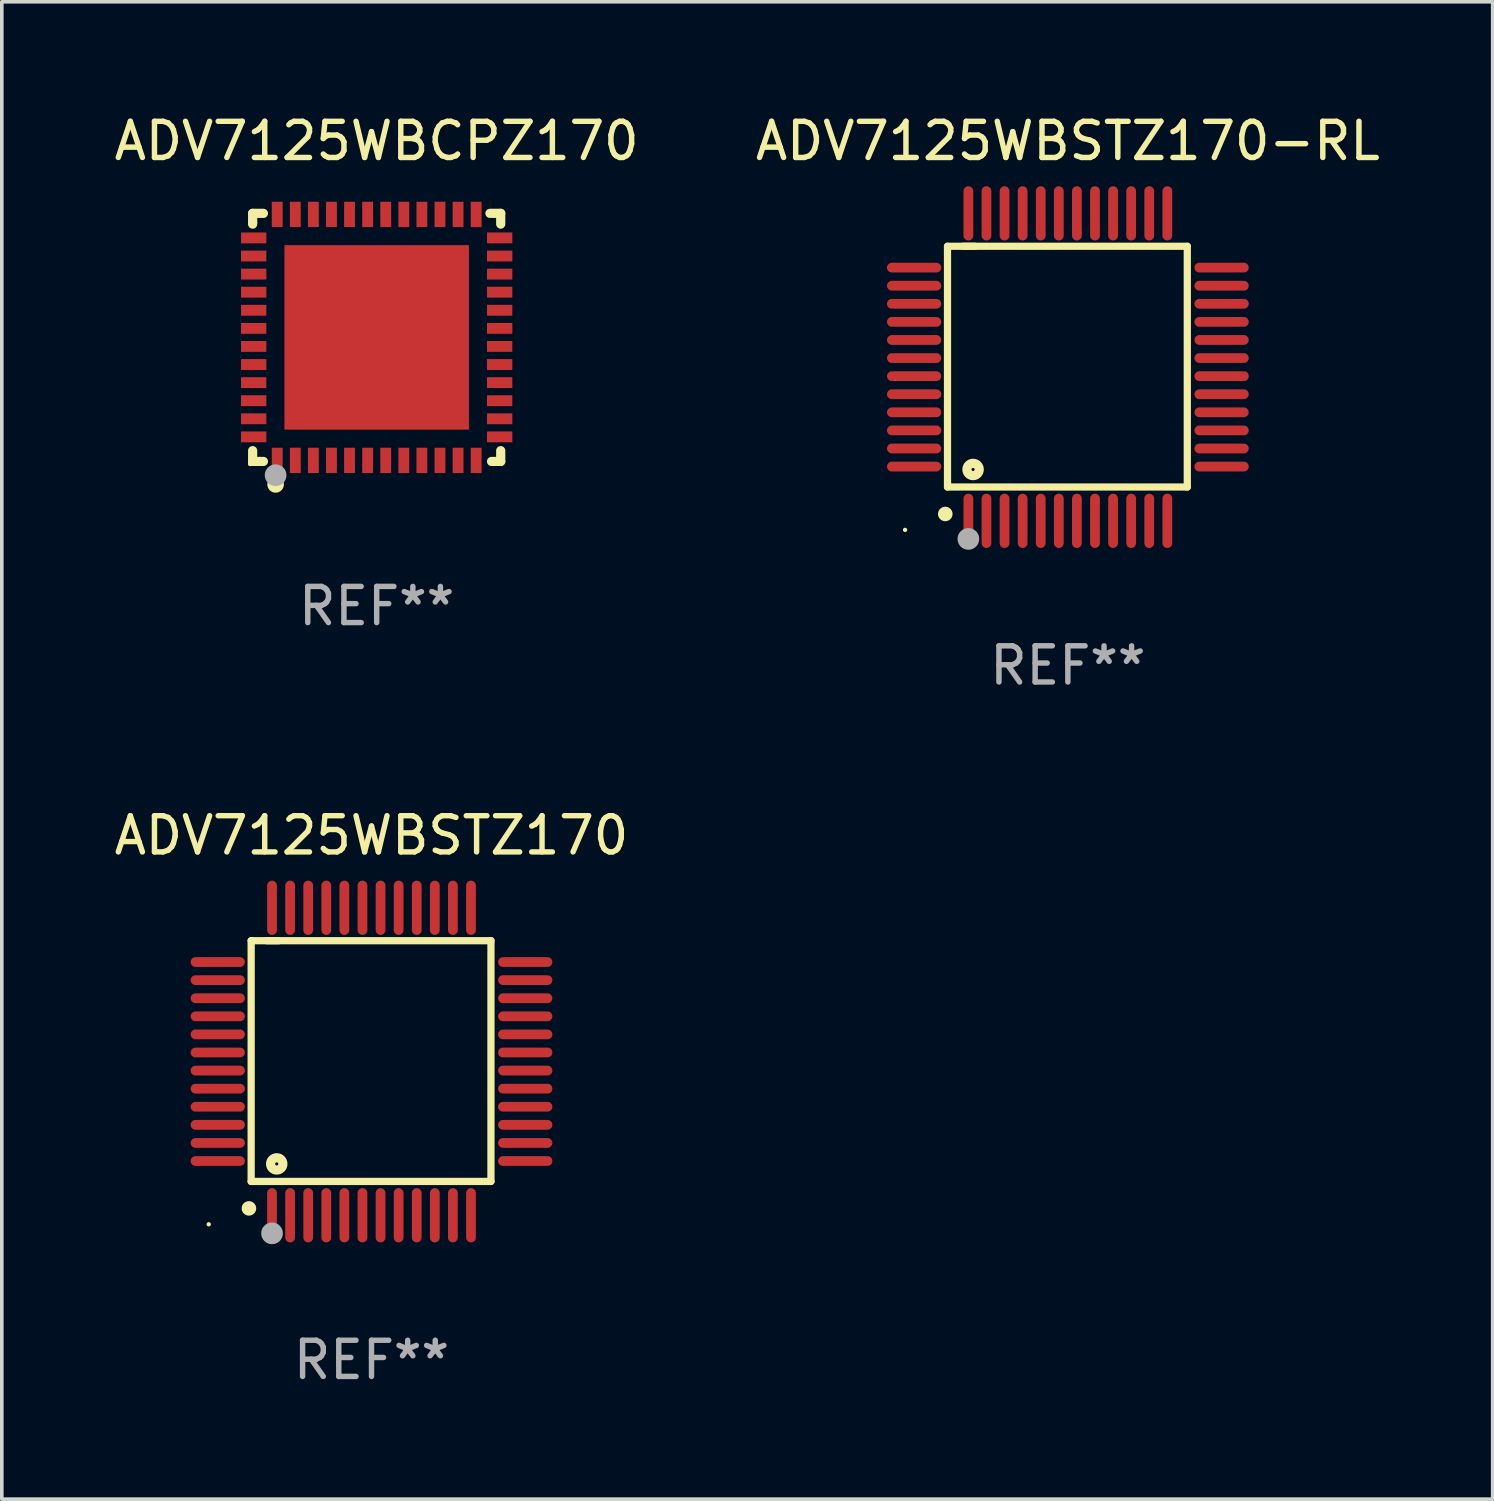
<source format=kicad_pcb>
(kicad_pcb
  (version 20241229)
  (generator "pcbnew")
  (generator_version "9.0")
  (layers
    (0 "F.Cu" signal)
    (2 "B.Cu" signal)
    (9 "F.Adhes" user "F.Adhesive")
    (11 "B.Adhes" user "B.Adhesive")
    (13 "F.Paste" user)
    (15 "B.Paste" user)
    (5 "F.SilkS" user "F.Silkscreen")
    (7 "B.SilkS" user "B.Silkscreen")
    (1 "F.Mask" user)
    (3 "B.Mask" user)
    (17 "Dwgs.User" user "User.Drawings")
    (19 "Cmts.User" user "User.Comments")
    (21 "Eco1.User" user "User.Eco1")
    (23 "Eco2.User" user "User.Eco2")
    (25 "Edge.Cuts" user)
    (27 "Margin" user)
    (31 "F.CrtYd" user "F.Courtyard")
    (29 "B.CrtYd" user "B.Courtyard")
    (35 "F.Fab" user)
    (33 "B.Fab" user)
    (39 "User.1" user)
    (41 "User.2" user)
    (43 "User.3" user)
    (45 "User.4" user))
  (footprint "ADV7125WBCPZ170"
    (layer "F.Cu")
    (at 7.363 6.277)
    (property "Reference" "ADV7125WBCPZ170" (at 0 -5.429 0) (layer "F.SilkS") (effects (font (size 1 1) (thickness 0.15))))
    (attr through_hole)
    (fp_line (start -3.429 -3.429) (end -3.429 -3.175) (stroke (width 0.254) (type solid)) (layer "F.SilkS"))
    (fp_line (start -3.429 -3.175) (end -3.429 -3.131) (stroke (width 0.254) (type solid)) (layer "F.SilkS"))
    (fp_line (start -3.429 3.131) (end -3.429 3.429) (stroke (width 0.254) (type solid)) (layer "F.SilkS"))
    (fp_line (start -3.429 3.429) (end -3.131 3.429) (stroke (width 0.254) (type solid)) (layer "F.SilkS"))
    (fp_line (start -3.131 -3.429) (end -3.429 -3.429) (stroke (width 0.254) (type solid)) (layer "F.SilkS"))
    (fp_line (start 3.131 -3.429) (end 3.429 -3.429) (stroke (width 0.254) (type solid)) (layer "F.SilkS"))
    (fp_line (start 3.429 -3.429) (end 3.429 -3.131) (stroke (width 0.254) (type solid)) (layer "F.SilkS"))
    (fp_line (start 3.429 3.131) (end 3.429 3.429) (stroke (width 0.254) (type solid)) (layer "F.SilkS"))
    (fp_line (start 3.429 3.429) (end 3.175 3.429) (stroke (width 0.254) (type solid)) (layer "F.SilkS"))
    (fp_circle (center -3.5 3.5) (end -3.47 3.5) (stroke (width 0.06) (type solid)) (fill no) (layer "F.SilkS"))
    (fp_circle (center -2.794 4.064) (end -2.667 4.064) (stroke (width 0.204) (type solid)) (fill no) (layer "F.SilkS"))
    (fp_circle (center -2.794 3.81) (end -2.644 3.81) (stroke (width 0.3) (type solid)) (fill no) (layer "F.Fab"))
    (fp_text user "REF**" (at 0 7.429 0) (layer "F.Fab") (effects (font (size 1 1) (thickness 0.15))))
    (pad "1" smd rect (at -2.75 3.4) (size 0.3 0.7) (layers "F.Cu" "F.Mask" "F.Paste"))
    (pad "2" smd rect (at -2.25 3.4) (size 0.3 0.7) (layers "F.Cu" "F.Mask" "F.Paste"))
    (pad "3" smd rect (at -1.75 3.4) (size 0.3 0.7) (layers "F.Cu" "F.Mask" "F.Paste"))
    (pad "4" smd rect (at -1.25 3.4) (size 0.3 0.7) (layers "F.Cu" "F.Mask" "F.Paste"))
    (pad "5" smd rect (at -0.75 3.4) (size 0.3 0.7) (layers "F.Cu" "F.Mask" "F.Paste"))
    (pad "6" smd rect (at -0.25 3.4) (size 0.3 0.7) (layers "F.Cu" "F.Mask" "F.Paste"))
    (pad "7" smd rect (at 0.25 3.4) (size 0.3 0.7) (layers "F.Cu" "F.Mask" "F.Paste"))
    (pad "8" smd rect (at 0.75 3.4) (size 0.3 0.7) (layers "F.Cu" "F.Mask" "F.Paste"))
    (pad "9" smd rect (at 1.25 3.4) (size 0.3 0.7) (layers "F.Cu" "F.Mask" "F.Paste"))
    (pad "10" smd rect (at 1.75 3.4) (size 0.3 0.7) (layers "F.Cu" "F.Mask" "F.Paste"))
    (pad "11" smd rect (at 2.25 3.4) (size 0.3 0.7) (layers "F.Cu" "F.Mask" "F.Paste"))
    (pad "12" smd rect (at 2.75 3.4) (size 0.3 0.7) (layers "F.Cu" "F.Mask" "F.Paste"))
    (pad "13" smd rect (at 3.4 2.75) (size 0.7 0.3) (layers "F.Cu" "F.Mask" "F.Paste"))
    (pad "14" smd rect (at 3.4 2.25) (size 0.7 0.3) (layers "F.Cu" "F.Mask" "F.Paste"))
    (pad "15" smd rect (at 3.4 1.75) (size 0.7 0.3) (layers "F.Cu" "F.Mask" "F.Paste"))
    (pad "16" smd rect (at 3.4 1.25) (size 0.7 0.3) (layers "F.Cu" "F.Mask" "F.Paste"))
    (pad "17" smd rect (at 3.4 0.75) (size 0.7 0.3) (layers "F.Cu" "F.Mask" "F.Paste"))
    (pad "18" smd rect (at 3.4 0.25) (size 0.7 0.3) (layers "F.Cu" "F.Mask" "F.Paste"))
    (pad "19" smd rect (at 3.4 -0.25) (size 0.7 0.3) (layers "F.Cu" "F.Mask" "F.Paste"))
    (pad "20" smd rect (at 3.4 -0.75) (size 0.7 0.3) (layers "F.Cu" "F.Mask" "F.Paste"))
    (pad "21" smd rect (at 3.4 -1.25) (size 0.7 0.3) (layers "F.Cu" "F.Mask" "F.Paste"))
    (pad "22" smd rect (at 3.4 -1.75) (size 0.7 0.3) (layers "F.Cu" "F.Mask" "F.Paste"))
    (pad "23" smd rect (at 3.4 -2.25) (size 0.7 0.3) (layers "F.Cu" "F.Mask" "F.Paste"))
    (pad "24" smd rect (at 3.4 -2.75) (size 0.7 0.3) (layers "F.Cu" "F.Mask" "F.Paste"))
    (pad "25" smd rect (at 2.75 -3.4) (size 0.3 0.7) (layers "F.Cu" "F.Mask" "F.Paste"))
    (pad "26" smd rect (at 2.25 -3.4) (size 0.3 0.7) (layers "F.Cu" "F.Mask" "F.Paste"))
    (pad "27" smd rect (at 1.75 -3.4) (size 0.3 0.7) (layers "F.Cu" "F.Mask" "F.Paste"))
    (pad "28" smd rect (at 1.25 -3.4) (size 0.3 0.7) (layers "F.Cu" "F.Mask" "F.Paste"))
    (pad "29" smd rect (at 0.75 -3.4) (size 0.3 0.7) (layers "F.Cu" "F.Mask" "F.Paste"))
    (pad "30" smd rect (at 0.25 -3.4) (size 0.3 0.7) (layers "F.Cu" "F.Mask" "F.Paste"))
    (pad "31" smd rect (at -0.25 -3.4) (size 0.3 0.7) (layers "F.Cu" "F.Mask" "F.Paste"))
    (pad "32" smd rect (at -0.75 -3.4) (size 0.3 0.7) (layers "F.Cu" "F.Mask" "F.Paste"))
    (pad "33" smd rect (at -1.25 -3.4) (size 0.3 0.7) (layers "F.Cu" "F.Mask" "F.Paste"))
    (pad "34" smd rect (at -1.75 -3.4) (size 0.3 0.7) (layers "F.Cu" "F.Mask" "F.Paste"))
    (pad "35" smd rect (at -2.25 -3.4) (size 0.3 0.7) (layers "F.Cu" "F.Mask" "F.Paste"))
    (pad "36" smd rect (at -2.75 -3.4) (size 0.3 0.7) (layers "F.Cu" "F.Mask" "F.Paste"))
    (pad "37" smd rect (at -3.4 -2.75) (size 0.7 0.3) (layers "F.Cu" "F.Mask" "F.Paste"))
    (pad "38" smd rect (at -3.4 -2.25) (size 0.7 0.3) (layers "F.Cu" "F.Mask" "F.Paste"))
    (pad "39" smd rect (at -3.4 -1.75) (size 0.7 0.3) (layers "F.Cu" "F.Mask" "F.Paste"))
    (pad "40" smd rect (at -3.4 -1.25) (size 0.7 0.3) (layers "F.Cu" "F.Mask" "F.Paste"))
    (pad "41" smd rect (at -3.4 -0.75) (size 0.7 0.3) (layers "F.Cu" "F.Mask" "F.Paste"))
    (pad "42" smd rect (at -3.4 -0.25) (size 0.7 0.3) (layers "F.Cu" "F.Mask" "F.Paste"))
    (pad "43" smd rect (at -3.4 0.25) (size 0.7 0.3) (layers "F.Cu" "F.Mask" "F.Paste"))
    (pad "44" smd rect (at -3.4 0.75) (size 0.7 0.3) (layers "F.Cu" "F.Mask" "F.Paste"))
    (pad "45" smd rect (at -3.4 1.25) (size 0.7 0.3) (layers "F.Cu" "F.Mask" "F.Paste"))
    (pad "46" smd rect (at -3.4 1.75) (size 0.7 0.3) (layers "F.Cu" "F.Mask" "F.Paste"))
    (pad "47" smd rect (at -3.4 2.25) (size 0.7 0.3) (layers "F.Cu" "F.Mask" "F.Paste"))
    (pad "48" smd rect (at -3.4 2.75) (size 0.7 0.3) (layers "F.Cu" "F.Mask" "F.Paste"))
    (pad "49" smd rect (at 0 0) (size 5.1 5.1) (layers "F.Cu" "F.Mask" "F.Paste")))
  (footprint "ADV7125WBSTZ170"
    (layer "F.Cu")
    (at 7.22 26.295)
    (property "Reference" "ADV7125WBSTZ170" (at 0 -6.25 0) (layer "F.SilkS") (effects (font (size 1 1) (thickness 0.15))))
    (attr through_hole)
    (fp_line (start -3.327 -3.34) (end -2.565 -3.34) (stroke (width 0.2) (type solid)) (layer "F.SilkS"))
    (fp_line (start -3.327 3.315) (end -3.327 -3.34) (stroke (width 0.2) (type solid)) (layer "F.SilkS"))
    (fp_line (start -2.896 -3.34) (end 3.302 -3.34) (stroke (width 0.2) (type solid)) (layer "F.SilkS"))
    (fp_line (start 3.302 -3.34) (end 3.302 3.315) (stroke (width 0.2) (type solid)) (layer "F.SilkS"))
    (fp_line (start 3.302 3.315) (end -3.327 3.315) (stroke (width 0.2) (type solid)) (layer "F.SilkS"))
    (fp_arc (start -3.389992 4.059995) (mid -3.388722 4.059991) (end -3.387452 4.059995) (stroke (width 0.4) (type solid)) (layer "F.SilkS"))
    (fp_circle (center -4.5 4.5) (end -4.47 4.5) (stroke (width 0.06) (type solid)) (fill no) (layer "F.SilkS"))
    (fp_circle (center -2.62 2.83) (end -2.45 2.83) (stroke (width 0.254) (type solid)) (fill no) (layer "F.SilkS"))
    (fp_circle (center -2.75 4.75) (end -2.6 4.75) (stroke (width 0.3) (type solid)) (fill no) (layer "F.Fab"))
    (fp_text user "REF**" (at 0 8.25 0) (layer "F.Fab") (effects (font (size 1 1) (thickness 0.15))))
    (pad "1" smd oval (at -2.75 4.25) (size 0.27 1.5) (layers "F.Cu" "F.Mask" "F.Paste"))
    (pad "2" smd oval (at -2.25 4.25) (size 0.27 1.5) (layers "F.Cu" "F.Mask" "F.Paste"))
    (pad "3" smd oval (at -1.75 4.25) (size 0.27 1.5) (layers "F.Cu" "F.Mask" "F.Paste"))
    (pad "4" smd oval (at -1.25 4.25) (size 0.27 1.5) (layers "F.Cu" "F.Mask" "F.Paste"))
    (pad "5" smd oval (at -0.75 4.25) (size 0.27 1.5) (layers "F.Cu" "F.Mask" "F.Paste"))
    (pad "6" smd oval (at -0.25 4.25) (size 0.27 1.5) (layers "F.Cu" "F.Mask" "F.Paste"))
    (pad "7" smd oval (at 0.25 4.25) (size 0.27 1.5) (layers "F.Cu" "F.Mask" "F.Paste"))
    (pad "8" smd oval (at 0.75 4.25) (size 0.27 1.5) (layers "F.Cu" "F.Mask" "F.Paste"))
    (pad "9" smd oval (at 1.25 4.25) (size 0.27 1.5) (layers "F.Cu" "F.Mask" "F.Paste"))
    (pad "10" smd oval (at 1.75 4.25) (size 0.27 1.5) (layers "F.Cu" "F.Mask" "F.Paste"))
    (pad "11" smd oval (at 2.25 4.25) (size 0.27 1.5) (layers "F.Cu" "F.Mask" "F.Paste"))
    (pad "12" smd oval (at 2.75 4.25) (size 0.27 1.5) (layers "F.Cu" "F.Mask" "F.Paste"))
    (pad "13" smd oval (at 4.25 2.75) (size 1.5 0.27) (layers "F.Cu" "F.Mask" "F.Paste"))
    (pad "14" smd oval (at 4.25 2.25) (size 1.5 0.27) (layers "F.Cu" "F.Mask" "F.Paste"))
    (pad "15" smd oval (at 4.25 1.75) (size 1.5 0.27) (layers "F.Cu" "F.Mask" "F.Paste"))
    (pad "16" smd oval (at 4.25 1.25) (size 1.5 0.27) (layers "F.Cu" "F.Mask" "F.Paste"))
    (pad "17" smd oval (at 4.25 0.75) (size 1.5 0.27) (layers "F.Cu" "F.Mask" "F.Paste"))
    (pad "18" smd oval (at 4.25 0.25) (size 1.5 0.27) (layers "F.Cu" "F.Mask" "F.Paste"))
    (pad "19" smd oval (at 4.25 -0.25) (size 1.5 0.27) (layers "F.Cu" "F.Mask" "F.Paste"))
    (pad "20" smd oval (at 4.25 -0.75) (size 1.5 0.27) (layers "F.Cu" "F.Mask" "F.Paste"))
    (pad "21" smd oval (at 4.25 -1.25) (size 1.5 0.27) (layers "F.Cu" "F.Mask" "F.Paste"))
    (pad "22" smd oval (at 4.25 -1.75) (size 1.5 0.27) (layers "F.Cu" "F.Mask" "F.Paste"))
    (pad "23" smd oval (at 4.25 -2.25) (size 1.5 0.27) (layers "F.Cu" "F.Mask" "F.Paste"))
    (pad "24" smd oval (at 4.25 -2.75) (size 1.5 0.27) (layers "F.Cu" "F.Mask" "F.Paste"))
    (pad "25" smd oval (at 2.75 -4.25) (size 0.27 1.5) (layers "F.Cu" "F.Mask" "F.Paste"))
    (pad "26" smd oval (at 2.25 -4.25) (size 0.27 1.5) (layers "F.Cu" "F.Mask" "F.Paste"))
    (pad "27" smd oval (at 1.75 -4.25) (size 0.27 1.5) (layers "F.Cu" "F.Mask" "F.Paste"))
    (pad "28" smd oval (at 1.25 -4.25) (size 0.27 1.5) (layers "F.Cu" "F.Mask" "F.Paste"))
    (pad "29" smd oval (at 0.75 -4.25) (size 0.27 1.5) (layers "F.Cu" "F.Mask" "F.Paste"))
    (pad "30" smd oval (at 0.25 -4.25) (size 0.27 1.5) (layers "F.Cu" "F.Mask" "F.Paste"))
    (pad "31" smd oval (at -0.25 -4.25) (size 0.27 1.5) (layers "F.Cu" "F.Mask" "F.Paste"))
    (pad "32" smd oval (at -0.75 -4.25) (size 0.27 1.5) (layers "F.Cu" "F.Mask" "F.Paste"))
    (pad "33" smd oval (at -1.25 -4.25) (size 0.27 1.5) (layers "F.Cu" "F.Mask" "F.Paste"))
    (pad "34" smd oval (at -1.75 -4.25) (size 0.27 1.5) (layers "F.Cu" "F.Mask" "F.Paste"))
    (pad "35" smd oval (at -2.25 -4.25) (size 0.27 1.5) (layers "F.Cu" "F.Mask" "F.Paste"))
    (pad "36" smd oval (at -2.75 -4.25) (size 0.27 1.5) (layers "F.Cu" "F.Mask" "F.Paste"))
    (pad "37" smd oval (at -4.25 -2.75) (size 1.5 0.27) (layers "F.Cu" "F.Mask" "F.Paste"))
    (pad "38" smd oval (at -4.25 -2.25) (size 1.5 0.27) (layers "F.Cu" "F.Mask" "F.Paste"))
    (pad "39" smd oval (at -4.25 -1.75) (size 1.5 0.27) (layers "F.Cu" "F.Mask" "F.Paste"))
    (pad "40" smd oval (at -4.25 -1.25) (size 1.5 0.27) (layers "F.Cu" "F.Mask" "F.Paste"))
    (pad "41" smd oval (at -4.25 -0.75) (size 1.5 0.27) (layers "F.Cu" "F.Mask" "F.Paste"))
    (pad "42" smd oval (at -4.25 -0.25) (size 1.5 0.27) (layers "F.Cu" "F.Mask" "F.Paste"))
    (pad "43" smd oval (at -4.25 0.25) (size 1.5 0.27) (layers "F.Cu" "F.Mask" "F.Paste"))
    (pad "44" smd oval (at -4.25 0.75) (size 1.5 0.27) (layers "F.Cu" "F.Mask" "F.Paste"))
    (pad "45" smd oval (at -4.25 1.25) (size 1.5 0.27) (layers "F.Cu" "F.Mask" "F.Paste"))
    (pad "46" smd oval (at -4.25 1.75) (size 1.5 0.27) (layers "F.Cu" "F.Mask" "F.Paste"))
    (pad "47" smd oval (at -4.25 2.25) (size 1.5 0.27) (layers "F.Cu" "F.Mask" "F.Paste"))
    (pad "48" smd oval (at -4.25 2.75) (size 1.5 0.27) (layers "F.Cu" "F.Mask" "F.Paste")))
  (footprint "ADV7125WBSTZ170-RL"
    (layer "F.Cu")
    (at 26.47 7.098)
    (property "Reference" "ADV7125WBSTZ170-RL" (at 0 -6.25 0) (layer "F.SilkS") (effects (font (size 1 1) (thickness 0.15))))
    (attr through_hole)
    (fp_line (start -3.327 -3.34) (end -2.565 -3.34) (stroke (width 0.2) (type solid)) (layer "F.SilkS"))
    (fp_line (start -3.327 3.315) (end -3.327 -3.34) (stroke (width 0.2) (type solid)) (layer "F.SilkS"))
    (fp_line (start -2.896 -3.34) (end 3.302 -3.34) (stroke (width 0.2) (type solid)) (layer "F.SilkS"))
    (fp_line (start 3.302 -3.34) (end 3.302 3.315) (stroke (width 0.2) (type solid)) (layer "F.SilkS"))
    (fp_line (start 3.302 3.315) (end -3.327 3.315) (stroke (width 0.2) (type solid)) (layer "F.SilkS"))
    (fp_arc (start -3.389992 4.059995) (mid -3.388722 4.059991) (end -3.387452 4.059995) (stroke (width 0.4) (type solid)) (layer "F.SilkS"))
    (fp_circle (center -4.5 4.5) (end -4.47 4.5) (stroke (width 0.06) (type solid)) (fill no) (layer "F.SilkS"))
    (fp_circle (center -2.62 2.83) (end -2.45 2.83) (stroke (width 0.254) (type solid)) (fill no) (layer "F.SilkS"))
    (fp_circle (center -2.75 4.75) (end -2.6 4.75) (stroke (width 0.3) (type solid)) (fill no) (layer "F.Fab"))
    (fp_text user "REF**" (at 0 8.25 0) (layer "F.Fab") (effects (font (size 1 1) (thickness 0.15))))
    (pad "1" smd oval (at -2.75 4.25) (size 0.27 1.5) (layers "F.Cu" "F.Mask" "F.Paste"))
    (pad "2" smd oval (at -2.25 4.25) (size 0.27 1.5) (layers "F.Cu" "F.Mask" "F.Paste"))
    (pad "3" smd oval (at -1.75 4.25) (size 0.27 1.5) (layers "F.Cu" "F.Mask" "F.Paste"))
    (pad "4" smd oval (at -1.25 4.25) (size 0.27 1.5) (layers "F.Cu" "F.Mask" "F.Paste"))
    (pad "5" smd oval (at -0.75 4.25) (size 0.27 1.5) (layers "F.Cu" "F.Mask" "F.Paste"))
    (pad "6" smd oval (at -0.25 4.25) (size 0.27 1.5) (layers "F.Cu" "F.Mask" "F.Paste"))
    (pad "7" smd oval (at 0.25 4.25) (size 0.27 1.5) (layers "F.Cu" "F.Mask" "F.Paste"))
    (pad "8" smd oval (at 0.75 4.25) (size 0.27 1.5) (layers "F.Cu" "F.Mask" "F.Paste"))
    (pad "9" smd oval (at 1.25 4.25) (size 0.27 1.5) (layers "F.Cu" "F.Mask" "F.Paste"))
    (pad "10" smd oval (at 1.75 4.25) (size 0.27 1.5) (layers "F.Cu" "F.Mask" "F.Paste"))
    (pad "11" smd oval (at 2.25 4.25) (size 0.27 1.5) (layers "F.Cu" "F.Mask" "F.Paste"))
    (pad "12" smd oval (at 2.75 4.25) (size 0.27 1.5) (layers "F.Cu" "F.Mask" "F.Paste"))
    (pad "13" smd oval (at 4.25 2.75) (size 1.5 0.27) (layers "F.Cu" "F.Mask" "F.Paste"))
    (pad "14" smd oval (at 4.25 2.25) (size 1.5 0.27) (layers "F.Cu" "F.Mask" "F.Paste"))
    (pad "15" smd oval (at 4.25 1.75) (size 1.5 0.27) (layers "F.Cu" "F.Mask" "F.Paste"))
    (pad "16" smd oval (at 4.25 1.25) (size 1.5 0.27) (layers "F.Cu" "F.Mask" "F.Paste"))
    (pad "17" smd oval (at 4.25 0.75) (size 1.5 0.27) (layers "F.Cu" "F.Mask" "F.Paste"))
    (pad "18" smd oval (at 4.25 0.25) (size 1.5 0.27) (layers "F.Cu" "F.Mask" "F.Paste"))
    (pad "19" smd oval (at 4.25 -0.25) (size 1.5 0.27) (layers "F.Cu" "F.Mask" "F.Paste"))
    (pad "20" smd oval (at 4.25 -0.75) (size 1.5 0.27) (layers "F.Cu" "F.Mask" "F.Paste"))
    (pad "21" smd oval (at 4.25 -1.25) (size 1.5 0.27) (layers "F.Cu" "F.Mask" "F.Paste"))
    (pad "22" smd oval (at 4.25 -1.75) (size 1.5 0.27) (layers "F.Cu" "F.Mask" "F.Paste"))
    (pad "23" smd oval (at 4.25 -2.25) (size 1.5 0.27) (layers "F.Cu" "F.Mask" "F.Paste"))
    (pad "24" smd oval (at 4.25 -2.75) (size 1.5 0.27) (layers "F.Cu" "F.Mask" "F.Paste"))
    (pad "25" smd oval (at 2.75 -4.25) (size 0.27 1.5) (layers "F.Cu" "F.Mask" "F.Paste"))
    (pad "26" smd oval (at 2.25 -4.25) (size 0.27 1.5) (layers "F.Cu" "F.Mask" "F.Paste"))
    (pad "27" smd oval (at 1.75 -4.25) (size 0.27 1.5) (layers "F.Cu" "F.Mask" "F.Paste"))
    (pad "28" smd oval (at 1.25 -4.25) (size 0.27 1.5) (layers "F.Cu" "F.Mask" "F.Paste"))
    (pad "29" smd oval (at 0.75 -4.25) (size 0.27 1.5) (layers "F.Cu" "F.Mask" "F.Paste"))
    (pad "30" smd oval (at 0.25 -4.25) (size 0.27 1.5) (layers "F.Cu" "F.Mask" "F.Paste"))
    (pad "31" smd oval (at -0.25 -4.25) (size 0.27 1.5) (layers "F.Cu" "F.Mask" "F.Paste"))
    (pad "32" smd oval (at -0.75 -4.25) (size 0.27 1.5) (layers "F.Cu" "F.Mask" "F.Paste"))
    (pad "33" smd oval (at -1.25 -4.25) (size 0.27 1.5) (layers "F.Cu" "F.Mask" "F.Paste"))
    (pad "34" smd oval (at -1.75 -4.25) (size 0.27 1.5) (layers "F.Cu" "F.Mask" "F.Paste"))
    (pad "35" smd oval (at -2.25 -4.25) (size 0.27 1.5) (layers "F.Cu" "F.Mask" "F.Paste"))
    (pad "36" smd oval (at -2.75 -4.25) (size 0.27 1.5) (layers "F.Cu" "F.Mask" "F.Paste"))
    (pad "37" smd oval (at -4.25 -2.75) (size 1.5 0.27) (layers "F.Cu" "F.Mask" "F.Paste"))
    (pad "38" smd oval (at -4.25 -2.25) (size 1.5 0.27) (layers "F.Cu" "F.Mask" "F.Paste"))
    (pad "39" smd oval (at -4.25 -1.75) (size 1.5 0.27) (layers "F.Cu" "F.Mask" "F.Paste"))
    (pad "40" smd oval (at -4.25 -1.25) (size 1.5 0.27) (layers "F.Cu" "F.Mask" "F.Paste"))
    (pad "41" smd oval (at -4.25 -0.75) (size 1.5 0.27) (layers "F.Cu" "F.Mask" "F.Paste"))
    (pad "42" smd oval (at -4.25 -0.25) (size 1.5 0.27) (layers "F.Cu" "F.Mask" "F.Paste"))
    (pad "43" smd oval (at -4.25 0.25) (size 1.5 0.27) (layers "F.Cu" "F.Mask" "F.Paste"))
    (pad "44" smd oval (at -4.25 0.75) (size 1.5 0.27) (layers "F.Cu" "F.Mask" "F.Paste"))
    (pad "45" smd oval (at -4.25 1.25) (size 1.5 0.27) (layers "F.Cu" "F.Mask" "F.Paste"))
    (pad "46" smd oval (at -4.25 1.75) (size 1.5 0.27) (layers "F.Cu" "F.Mask" "F.Paste"))
    (pad "47" smd oval (at -4.25 2.25) (size 1.5 0.27) (layers "F.Cu" "F.Mask" "F.Paste"))
    (pad "48" smd oval (at -4.25 2.75) (size 1.5 0.27) (layers "F.Cu" "F.Mask" "F.Paste")))
  (gr_rect
    (start -3 -3)
    (end 38.214 38.393)
    (stroke (width 0.1) (type default))
    (fill no)
    (layer "Edge.Cuts")))
</source>
